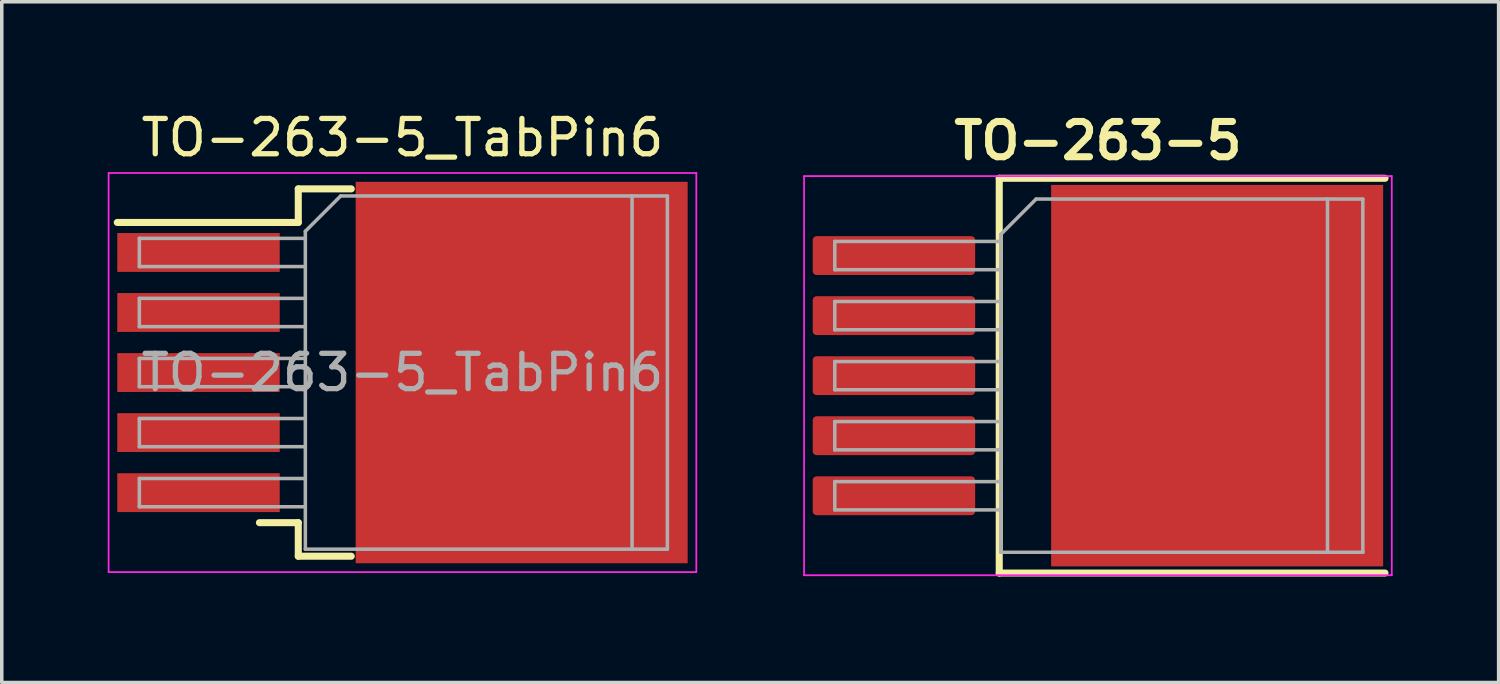
<source format=kicad_pcb>
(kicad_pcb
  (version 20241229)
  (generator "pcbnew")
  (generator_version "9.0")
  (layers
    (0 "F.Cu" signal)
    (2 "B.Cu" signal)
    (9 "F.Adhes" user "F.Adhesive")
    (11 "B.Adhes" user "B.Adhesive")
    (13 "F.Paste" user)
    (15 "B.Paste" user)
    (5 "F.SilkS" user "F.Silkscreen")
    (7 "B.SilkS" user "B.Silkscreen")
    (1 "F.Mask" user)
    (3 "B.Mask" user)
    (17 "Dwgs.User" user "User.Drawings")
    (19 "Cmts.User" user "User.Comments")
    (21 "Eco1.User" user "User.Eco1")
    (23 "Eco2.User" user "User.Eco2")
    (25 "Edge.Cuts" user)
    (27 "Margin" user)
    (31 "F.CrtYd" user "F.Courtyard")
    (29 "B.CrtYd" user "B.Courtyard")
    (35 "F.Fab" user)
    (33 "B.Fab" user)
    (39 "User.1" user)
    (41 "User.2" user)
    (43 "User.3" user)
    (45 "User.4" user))
  (footprint "TO-263-5_TabPin6"
    (layer "F.Cu")
    (at 8.345 7.498)
    (property "Reference" "TO-263-5_TabPin6" (at 0 -6.65 0) (layer "F.SilkS") (effects (font (size 1 1) (thickness 0.15))))
    (attr smd)
    (fp_line (start -2.95 -5.2) (end -2.95 -4.25) (stroke (width 0.2) (type solid)) (layer "F.SilkS"))
    (fp_line (start -2.95 -4.25) (end -8.075 -4.25) (stroke (width 0.2) (type solid)) (layer "F.SilkS"))
    (fp_line (start -2.95 4.25) (end -4.05 4.25) (stroke (width 0.2) (type solid)) (layer "F.SilkS"))
    (fp_line (start -2.95 5.2) (end -2.95 4.25) (stroke (width 0.2) (type solid)) (layer "F.SilkS"))
    (fp_line (start -1.45 -5.2) (end -2.95 -5.2) (stroke (width 0.2) (type solid)) (layer "F.SilkS"))
    (fp_line (start -1.45 5.2) (end -2.95 5.2) (stroke (width 0.2) (type solid)) (layer "F.SilkS"))
    (fp_line (start -8.32 -5.65) (end -8.32 5.65) (stroke (width 0.05) (type solid)) (layer "F.CrtYd"))
    (fp_line (start -8.32 5.65) (end 8.32 5.65) (stroke (width 0.05) (type solid)) (layer "F.CrtYd"))
    (fp_line (start 8.32 -5.65) (end -8.32 -5.65) (stroke (width 0.05) (type solid)) (layer "F.CrtYd"))
    (fp_line (start 8.32 5.65) (end 8.32 -5.65) (stroke (width 0.05) (type solid)) (layer "F.CrtYd"))
    (fp_line (start -7.45 -3.8) (end -7.45 -3) (stroke (width 0.1) (type solid)) (layer "F.Fab"))
    (fp_line (start -7.45 -3) (end -2.75 -3) (stroke (width 0.1) (type solid)) (layer "F.Fab"))
    (fp_line (start -7.45 -2.1) (end -7.45 -1.3) (stroke (width 0.1) (type solid)) (layer "F.Fab"))
    (fp_line (start -7.45 -1.3) (end -2.75 -1.3) (stroke (width 0.1) (type solid)) (layer "F.Fab"))
    (fp_line (start -7.45 -0.4) (end -7.45 0.4) (stroke (width 0.1) (type solid)) (layer "F.Fab"))
    (fp_line (start -7.45 0.4) (end -2.75 0.4) (stroke (width 0.1) (type solid)) (layer "F.Fab"))
    (fp_line (start -7.45 1.3) (end -7.45 2.1) (stroke (width 0.1) (type solid)) (layer "F.Fab"))
    (fp_line (start -7.45 2.1) (end -2.75 2.1) (stroke (width 0.1) (type solid)) (layer "F.Fab"))
    (fp_line (start -7.45 3) (end -7.45 3.8) (stroke (width 0.1) (type solid)) (layer "F.Fab"))
    (fp_line (start -7.45 3.8) (end -2.75 3.8) (stroke (width 0.1) (type solid)) (layer "F.Fab"))
    (fp_line (start -2.75 -4) (end -1.75 -5) (stroke (width 0.1) (type solid)) (layer "F.Fab"))
    (fp_line (start -2.75 -3.8) (end -7.45 -3.8) (stroke (width 0.1) (type solid)) (layer "F.Fab"))
    (fp_line (start -2.75 -2.1) (end -7.45 -2.1) (stroke (width 0.1) (type solid)) (layer "F.Fab"))
    (fp_line (start -2.75 -0.4) (end -7.45 -0.4) (stroke (width 0.1) (type solid)) (layer "F.Fab"))
    (fp_line (start -2.75 1.3) (end -7.45 1.3) (stroke (width 0.1) (type solid)) (layer "F.Fab"))
    (fp_line (start -2.75 3) (end -7.45 3) (stroke (width 0.1) (type solid)) (layer "F.Fab"))
    (fp_line (start -2.75 5) (end -2.75 -4) (stroke (width 0.1) (type solid)) (layer "F.Fab"))
    (fp_line (start -1.75 -5) (end 6.5 -5) (stroke (width 0.1) (type solid)) (layer "F.Fab"))
    (fp_line (start 6.5 -5) (end 6.5 5) (stroke (width 0.1) (type solid)) (layer "F.Fab"))
    (fp_line (start 6.5 -5) (end 7.5 -5) (stroke (width 0.1) (type solid)) (layer "F.Fab"))
    (fp_line (start 6.5 5) (end -2.75 5) (stroke (width 0.1) (type solid)) (layer "F.Fab"))
    (fp_line (start 7.5 -5) (end 7.5 5) (stroke (width 0.1) (type solid)) (layer "F.Fab"))
    (fp_line (start 7.5 5) (end 6.5 5) (stroke (width 0.1) (type solid)) (layer "F.Fab"))
    (fp_text user "${REFERENCE}" (at 0 0 0) (layer "F.Fab") (effects (font (size 1 1) (thickness 0.15))))
    (pad "" smd rect (at 0.95 -2.775) (size 4.55 5.25) (layers "F.Paste"))
    (pad "" smd rect (at 0.95 2.775) (size 4.55 5.25) (layers "F.Paste"))
    (pad "" smd rect (at 5.8 -2.775) (size 4.55 5.25) (layers "F.Paste"))
    (pad "" smd rect (at 5.8 2.775) (size 4.55 5.25) (layers "F.Paste"))
    (pad "1" smd rect (at -5.775 -3.4) (size 4.6 1.1) (layers "F.Cu" "F.Mask" "F.Paste"))
    (pad "2" smd rect (at -5.775 -1.7) (size 4.6 1.1) (layers "F.Cu" "F.Mask" "F.Paste"))
    (pad "3" smd rect (at -5.775 0) (size 4.6 1.1) (layers "F.Cu" "F.Mask" "F.Paste"))
    (pad "4" smd rect (at -5.775 1.7) (size 4.6 1.1) (layers "F.Cu" "F.Mask" "F.Paste"))
    (pad "5" smd rect (at -5.775 3.4) (size 4.6 1.1) (layers "F.Cu" "F.Mask" "F.Paste"))
    (pad "6" smd rect (at 3.375 0) (size 9.4 10.8) (layers "F.Cu" "F.Mask")))
  (footprint "TO-263-5"
    (layer "F.Cu")
    (at 28.035 7.586)
    (property "Reference" "TO-263-5" (at 0 -6.65 0) (layer "F.SilkS") (effects (font (size 1 1) (thickness 0.2))))
    (attr smd)
    (fp_line (start -2.794 -5.588) (end -2.794 5.588) (stroke (width 0.2) (type solid)) (layer "F.SilkS"))
    (fp_line (start -2.794 5.588) (end 8.128 5.588) (stroke (width 0.2) (type solid)) (layer "F.SilkS"))
    (fp_line (start 8.128 -5.588) (end -2.794 -5.588) (stroke (width 0.2) (type solid)) (layer "F.SilkS"))
    (fp_line (start -8.32 -5.65) (end -8.32 5.65) (stroke (width 0.05) (type solid)) (layer "F.CrtYd"))
    (fp_line (start -8.32 5.65) (end 8.32 5.65) (stroke (width 0.05) (type solid)) (layer "F.CrtYd"))
    (fp_line (start 8.32 -5.65) (end -8.32 -5.65) (stroke (width 0.05) (type solid)) (layer "F.CrtYd"))
    (fp_line (start 8.32 5.65) (end 8.32 -5.65) (stroke (width 0.05) (type solid)) (layer "F.CrtYd"))
    (fp_line (start -7.45 -3.8) (end -7.45 -3) (stroke (width 0.1) (type solid)) (layer "F.Fab"))
    (fp_line (start -7.45 -3) (end -2.75 -3) (stroke (width 0.1) (type solid)) (layer "F.Fab"))
    (fp_line (start -7.45 -2.1) (end -7.45 -1.3) (stroke (width 0.1) (type solid)) (layer "F.Fab"))
    (fp_line (start -7.45 -1.3) (end -2.75 -1.3) (stroke (width 0.1) (type solid)) (layer "F.Fab"))
    (fp_line (start -7.45 -0.4) (end -7.45 0.4) (stroke (width 0.1) (type solid)) (layer "F.Fab"))
    (fp_line (start -7.45 0.4) (end -2.75 0.4) (stroke (width 0.1) (type solid)) (layer "F.Fab"))
    (fp_line (start -7.45 1.3) (end -7.45 2.1) (stroke (width 0.1) (type solid)) (layer "F.Fab"))
    (fp_line (start -7.45 2.1) (end -2.75 2.1) (stroke (width 0.1) (type solid)) (layer "F.Fab"))
    (fp_line (start -7.45 3) (end -7.45 3.8) (stroke (width 0.1) (type solid)) (layer "F.Fab"))
    (fp_line (start -7.45 3.8) (end -2.75 3.8) (stroke (width 0.1) (type solid)) (layer "F.Fab"))
    (fp_line (start -2.75 -4) (end -1.75 -5) (stroke (width 0.1) (type solid)) (layer "F.Fab"))
    (fp_line (start -2.75 -3.8) (end -7.45 -3.8) (stroke (width 0.1) (type solid)) (layer "F.Fab"))
    (fp_line (start -2.75 -2.1) (end -7.45 -2.1) (stroke (width 0.1) (type solid)) (layer "F.Fab"))
    (fp_line (start -2.75 -0.4) (end -7.45 -0.4) (stroke (width 0.1) (type solid)) (layer "F.Fab"))
    (fp_line (start -2.75 1.3) (end -7.45 1.3) (stroke (width 0.1) (type solid)) (layer "F.Fab"))
    (fp_line (start -2.75 3) (end -7.45 3) (stroke (width 0.1) (type solid)) (layer "F.Fab"))
    (fp_line (start -2.75 5) (end -2.75 -4) (stroke (width 0.1) (type solid)) (layer "F.Fab"))
    (fp_line (start -1.75 -5) (end 6.5 -5) (stroke (width 0.1) (type solid)) (layer "F.Fab"))
    (fp_line (start 6.5 -5) (end 6.5 5) (stroke (width 0.1) (type solid)) (layer "F.Fab"))
    (fp_line (start 6.5 -5) (end 7.5 -5) (stroke (width 0.1) (type solid)) (layer "F.Fab"))
    (fp_line (start 6.5 5) (end -2.75 5) (stroke (width 0.1) (type solid)) (layer "F.Fab"))
    (fp_line (start 7.5 -5) (end 7.5 5) (stroke (width 0.1) (type solid)) (layer "F.Fab"))
    (fp_line (start 7.5 5) (end 6.5 5) (stroke (width 0.1) (type solid)) (layer "F.Fab"))
    (pad "" smd rect (at 0.95 -2.775) (size 4.55 5.25) (layers "F.Paste"))
    (pad "" smd rect (at 0.95 2.775) (size 4.55 5.25) (layers "F.Paste"))
    (pad "" smd rect (at 5.8 -2.775) (size 4.55 5.25) (layers "F.Paste"))
    (pad "" smd rect (at 5.8 2.775) (size 4.55 5.25) (layers "F.Paste"))
    (pad "1" smd roundrect (at -5.775 -3.4) (size 4.6 1.1) (layers "F.Cu" "F.Mask" "F.Paste") (roundrect_rratio 0.1))
    (pad "2" smd roundrect (at -5.775 -1.7) (size 4.6 1.1) (layers "F.Cu" "F.Mask" "F.Paste") (roundrect_rratio 0.1))
    (pad "3" smd roundrect (at -5.775 0) (size 4.6 1.1) (layers "F.Cu" "F.Mask" "F.Paste") (roundrect_rratio 0.1))
    (pad "3" smd rect (at 3.375 0) (size 9.4 10.8) (layers "F.Cu" "F.Mask"))
    (pad "4" smd roundrect (at -5.775 1.7) (size 4.6 1.1) (layers "F.Cu" "F.Mask" "F.Paste") (roundrect_rratio 0.1))
    (pad "5" smd roundrect (at -5.775 3.4) (size 4.6 1.1) (layers "F.Cu" "F.Mask" "F.Paste") (roundrect_rratio 0.1)))
  (gr_rect
    (start -3 -3)
    (end 39.38 16.274)
    (stroke (width 0.1) (type default))
    (fill no)
    (layer "Edge.Cuts")))
</source>
